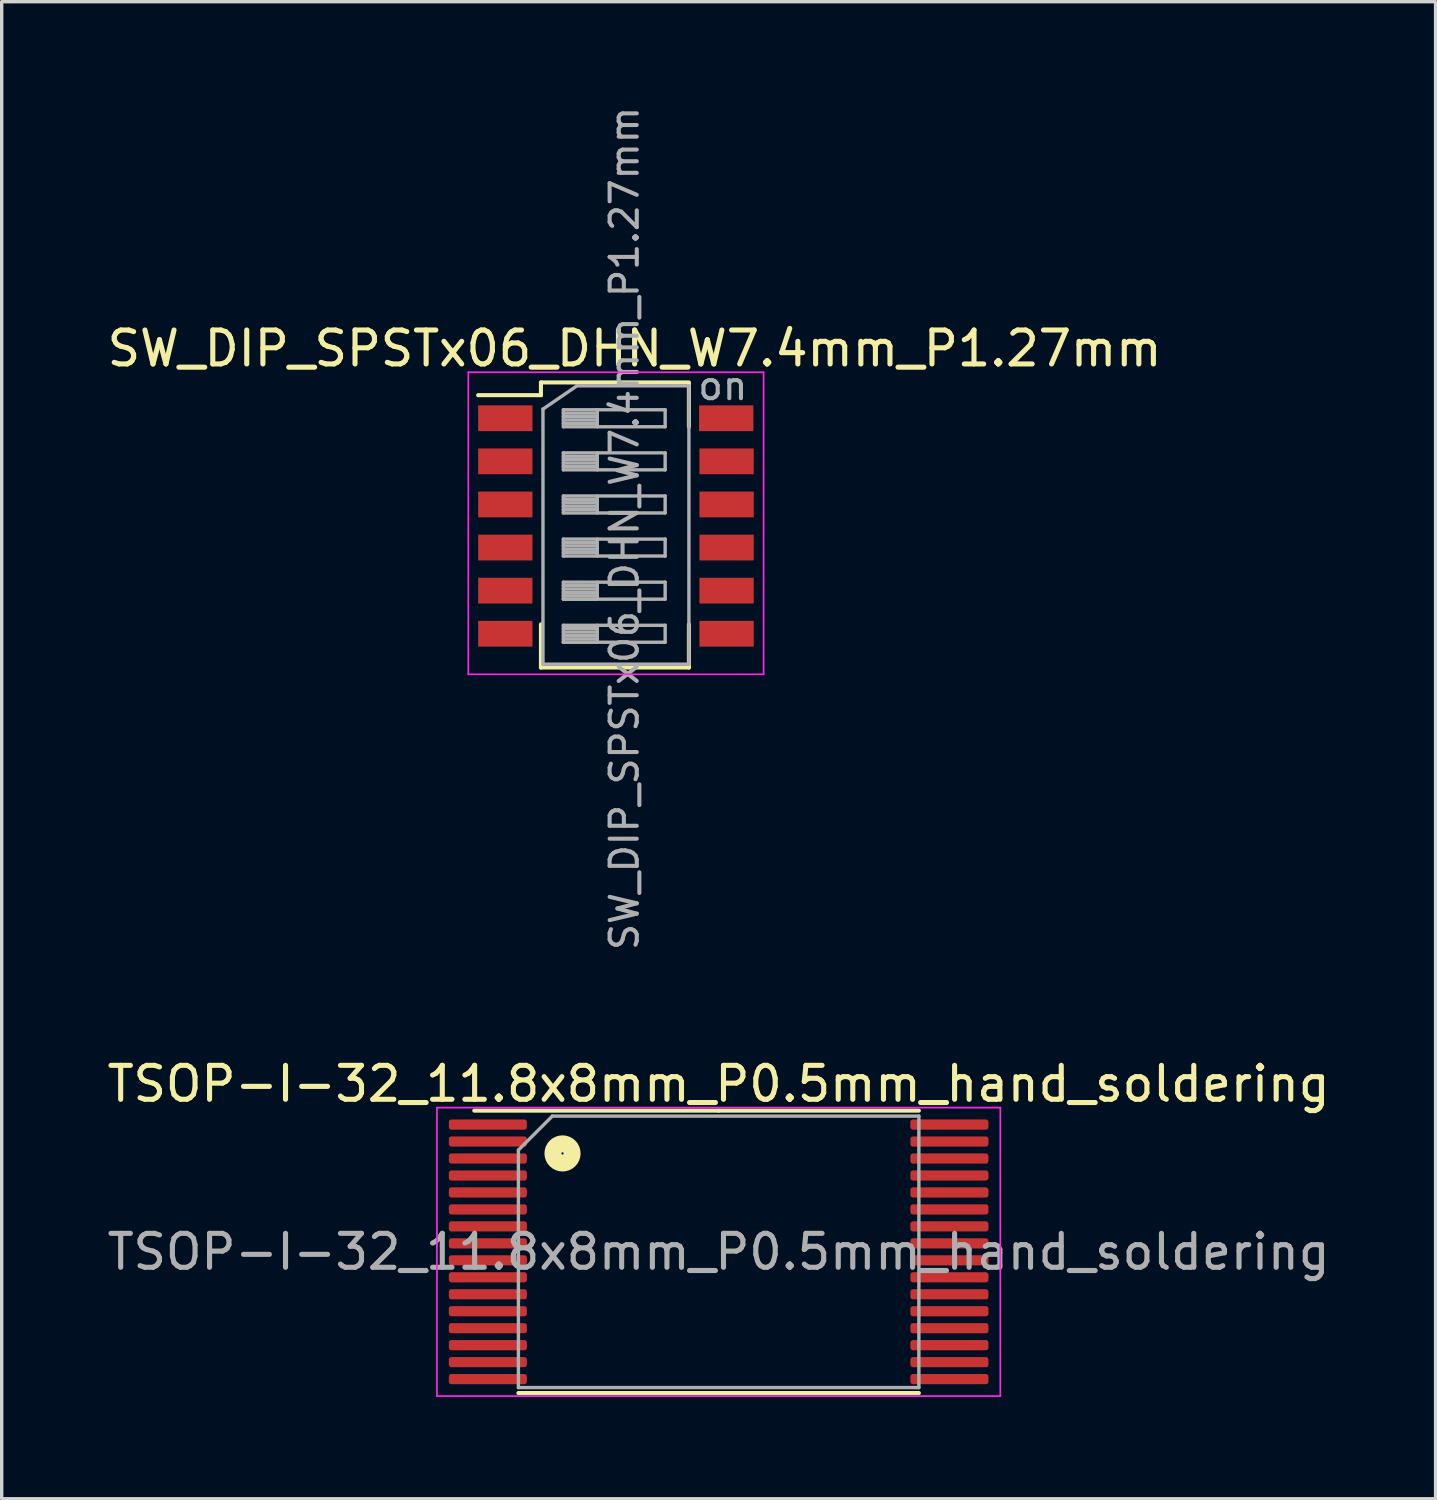
<source format=kicad_pcb>
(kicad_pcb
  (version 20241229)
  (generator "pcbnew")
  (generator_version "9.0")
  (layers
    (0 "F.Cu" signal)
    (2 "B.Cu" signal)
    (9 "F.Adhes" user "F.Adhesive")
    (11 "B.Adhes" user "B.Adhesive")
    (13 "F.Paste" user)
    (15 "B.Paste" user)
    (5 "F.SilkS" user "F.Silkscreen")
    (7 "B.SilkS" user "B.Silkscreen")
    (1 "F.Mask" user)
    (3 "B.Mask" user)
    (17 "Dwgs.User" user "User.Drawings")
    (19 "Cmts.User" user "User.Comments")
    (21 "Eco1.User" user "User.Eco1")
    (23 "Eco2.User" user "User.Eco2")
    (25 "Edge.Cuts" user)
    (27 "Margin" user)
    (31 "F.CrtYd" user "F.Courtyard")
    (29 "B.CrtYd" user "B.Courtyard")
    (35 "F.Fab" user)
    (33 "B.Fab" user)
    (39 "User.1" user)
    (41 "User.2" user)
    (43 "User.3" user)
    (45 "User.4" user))
  (footprint "SW_DIP_SPSTx06_DHN_W7.4mm_P1.27mm"
    (layer "F.Cu")
    (at 15.649 13.719)
    (property "Reference" "SW_DIP_SPSTx06_DHN_W7.4mm_P1.27mm" (at 0 -6.5 0) (layer "F.SilkS") (effects (font (size 1 1) (thickness 0.15))))
    (attr smd)
    (fp_line (start -4.61 -5.125) (end -2.76 -5.125) (stroke (width 0.12) (type solid)) (layer "F.SilkS"))
    (fp_line (start -2.76 -5.5) (end -2.76 -5.125) (stroke (width 0.12) (type solid)) (layer "F.SilkS"))
    (fp_line (start -2.76 -5.5) (end 1.6 -5.5) (stroke (width 0.12) (type solid)) (layer "F.SilkS"))
    (fp_line (start -2.76 1.63) (end -2.76 2.9) (stroke (width 0.12) (type solid)) (layer "F.SilkS"))
    (fp_line (start -2.76 2.9) (end 1.6 2.9) (stroke (width 0.12) (type solid)) (layer "F.SilkS"))
    (fp_line (start 1.6 -5.469) (end 1.6 -4.2) (stroke (width 0.12) (type solid)) (layer "F.SilkS"))
    (fp_line (start 1.6 1.63) (end 1.6 2.9) (stroke (width 0.12) (type solid)) (layer "F.SilkS"))
    (fp_line (start -4.9 -5.8) (end -4.9 3.1) (stroke (width 0.05) (type solid)) (layer "F.CrtYd"))
    (fp_line (start -4.9 3.1) (end 3.8 3.1) (stroke (width 0.05) (type solid)) (layer "F.CrtYd"))
    (fp_line (start 3.8 -5.8) (end -4.9 -5.8) (stroke (width 0.05) (type solid)) (layer "F.CrtYd"))
    (fp_line (start 3.8 3.1) (end 3.8 -5.8) (stroke (width 0.05) (type solid)) (layer "F.CrtYd"))
    (fp_line (start -2.7 -4.715) (end -1.7 -5.4) (stroke (width 0.1) (type solid)) (layer "F.Fab"))
    (fp_line (start -2.7 2.8) (end -2.7 -4.715) (stroke (width 0.1) (type solid)) (layer "F.Fab"))
    (fp_line (start -2.1 -4.695) (end -2.1 -4.195) (stroke (width 0.1) (type solid)) (layer "F.Fab"))
    (fp_line (start -2.1 -4.595) (end -1.1 -4.595) (stroke (width 0.1) (type solid)) (layer "F.Fab"))
    (fp_line (start -2.1 -4.495) (end -1.1 -4.495) (stroke (width 0.1) (type solid)) (layer "F.Fab"))
    (fp_line (start -2.1 -4.395) (end -1.1 -4.395) (stroke (width 0.1) (type solid)) (layer "F.Fab"))
    (fp_line (start -2.1 -4.295) (end -1.1 -4.295) (stroke (width 0.1) (type solid)) (layer "F.Fab"))
    (fp_line (start -2.1 -4.195) (end 0.9 -4.195) (stroke (width 0.1) (type solid)) (layer "F.Fab"))
    (fp_line (start -2.1 -3.425) (end -2.1 -2.925) (stroke (width 0.1) (type solid)) (layer "F.Fab"))
    (fp_line (start -2.1 -3.325) (end -1.1 -3.325) (stroke (width 0.1) (type solid)) (layer "F.Fab"))
    (fp_line (start -2.1 -3.225) (end -1.1 -3.225) (stroke (width 0.1) (type solid)) (layer "F.Fab"))
    (fp_line (start -2.1 -3.125) (end -1.1 -3.125) (stroke (width 0.1) (type solid)) (layer "F.Fab"))
    (fp_line (start -2.1 -3.025) (end -1.1 -3.025) (stroke (width 0.1) (type solid)) (layer "F.Fab"))
    (fp_line (start -2.1 -2.925) (end 0.9 -2.925) (stroke (width 0.1) (type solid)) (layer "F.Fab"))
    (fp_line (start -2.1 -2.155) (end -2.1 -1.655) (stroke (width 0.1) (type solid)) (layer "F.Fab"))
    (fp_line (start -2.1 -2.055) (end -1.1 -2.055) (stroke (width 0.1) (type solid)) (layer "F.Fab"))
    (fp_line (start -2.1 -1.955) (end -1.1 -1.955) (stroke (width 0.1) (type solid)) (layer "F.Fab"))
    (fp_line (start -2.1 -1.855) (end -1.1 -1.855) (stroke (width 0.1) (type solid)) (layer "F.Fab"))
    (fp_line (start -2.1 -1.755) (end -1.1 -1.755) (stroke (width 0.1) (type solid)) (layer "F.Fab"))
    (fp_line (start -2.1 -1.655) (end 0.9 -1.655) (stroke (width 0.1) (type solid)) (layer "F.Fab"))
    (fp_line (start -2.1 -0.885) (end -2.1 -0.385) (stroke (width 0.1) (type solid)) (layer "F.Fab"))
    (fp_line (start -2.1 -0.785) (end -1.1 -0.785) (stroke (width 0.1) (type solid)) (layer "F.Fab"))
    (fp_line (start -2.1 -0.685) (end -1.1 -0.685) (stroke (width 0.1) (type solid)) (layer "F.Fab"))
    (fp_line (start -2.1 -0.585) (end -1.1 -0.585) (stroke (width 0.1) (type solid)) (layer "F.Fab"))
    (fp_line (start -2.1 -0.485) (end -1.1 -0.485) (stroke (width 0.1) (type solid)) (layer "F.Fab"))
    (fp_line (start -2.1 -0.385) (end 0.9 -0.385) (stroke (width 0.1) (type solid)) (layer "F.Fab"))
    (fp_line (start -2.1 0.385) (end -2.1 0.885) (stroke (width 0.1) (type solid)) (layer "F.Fab"))
    (fp_line (start -2.1 0.485) (end -1.1 0.485) (stroke (width 0.1) (type solid)) (layer "F.Fab"))
    (fp_line (start -2.1 0.585) (end -1.1 0.585) (stroke (width 0.1) (type solid)) (layer "F.Fab"))
    (fp_line (start -2.1 0.685) (end -1.1 0.685) (stroke (width 0.1) (type solid)) (layer "F.Fab"))
    (fp_line (start -2.1 0.785) (end -1.1 0.785) (stroke (width 0.1) (type solid)) (layer "F.Fab"))
    (fp_line (start -2.1 0.885) (end -1.1 0.885) (stroke (width 0.1) (type solid)) (layer "F.Fab"))
    (fp_line (start -2.1 0.885) (end 0.9 0.885) (stroke (width 0.1) (type solid)) (layer "F.Fab"))
    (fp_line (start -2.1 1.655) (end -2.1 2.155) (stroke (width 0.1) (type solid)) (layer "F.Fab"))
    (fp_line (start -2.1 1.755) (end -1.1 1.755) (stroke (width 0.1) (type solid)) (layer "F.Fab"))
    (fp_line (start -2.1 1.855) (end -1.1 1.855) (stroke (width 0.1) (type solid)) (layer "F.Fab"))
    (fp_line (start -2.1 1.955) (end -1.1 1.955) (stroke (width 0.1) (type solid)) (layer "F.Fab"))
    (fp_line (start -2.1 2.055) (end -1.1 2.055) (stroke (width 0.1) (type solid)) (layer "F.Fab"))
    (fp_line (start -2.1 2.155) (end -1.1 2.155) (stroke (width 0.1) (type solid)) (layer "F.Fab"))
    (fp_line (start -2.1 2.155) (end 0.9 2.155) (stroke (width 0.1) (type solid)) (layer "F.Fab"))
    (fp_line (start -1.7 -5.4) (end 1.6 -5.4) (stroke (width 0.1) (type solid)) (layer "F.Fab"))
    (fp_line (start -1.1 -4.695) (end -1.1 -4.195) (stroke (width 0.1) (type solid)) (layer "F.Fab"))
    (fp_line (start -1.1 -3.425) (end -1.1 -2.925) (stroke (width 0.1) (type solid)) (layer "F.Fab"))
    (fp_line (start -1.1 -2.155) (end -1.1 -1.655) (stroke (width 0.1) (type solid)) (layer "F.Fab"))
    (fp_line (start -1.1 -0.885) (end -1.1 -0.385) (stroke (width 0.1) (type solid)) (layer "F.Fab"))
    (fp_line (start -1.1 0.385) (end -1.1 0.885) (stroke (width 0.1) (type solid)) (layer "F.Fab"))
    (fp_line (start -1.1 1.655) (end -1.1 2.155) (stroke (width 0.1) (type solid)) (layer "F.Fab"))
    (fp_line (start 0.9 -4.695) (end -2.1 -4.695) (stroke (width 0.1) (type solid)) (layer "F.Fab"))
    (fp_line (start 0.9 -4.195) (end 0.9 -4.695) (stroke (width 0.1) (type solid)) (layer "F.Fab"))
    (fp_line (start 0.9 -3.425) (end -2.1 -3.425) (stroke (width 0.1) (type solid)) (layer "F.Fab"))
    (fp_line (start 0.9 -2.925) (end 0.9 -3.425) (stroke (width 0.1) (type solid)) (layer "F.Fab"))
    (fp_line (start 0.9 -2.155) (end -2.1 -2.155) (stroke (width 0.1) (type solid)) (layer "F.Fab"))
    (fp_line (start 0.9 -1.655) (end 0.9 -2.155) (stroke (width 0.1) (type solid)) (layer "F.Fab"))
    (fp_line (start 0.9 -0.885) (end -2.1 -0.885) (stroke (width 0.1) (type solid)) (layer "F.Fab"))
    (fp_line (start 0.9 -0.385) (end 0.9 -0.885) (stroke (width 0.1) (type solid)) (layer "F.Fab"))
    (fp_line (start 0.9 0.385) (end -2.1 0.385) (stroke (width 0.1) (type solid)) (layer "F.Fab"))
    (fp_line (start 0.9 0.885) (end 0.9 0.385) (stroke (width 0.1) (type solid)) (layer "F.Fab"))
    (fp_line (start 0.9 1.655) (end -2.1 1.655) (stroke (width 0.1) (type solid)) (layer "F.Fab"))
    (fp_line (start 0.9 2.155) (end 0.9 1.655) (stroke (width 0.1) (type solid)) (layer "F.Fab"))
    (fp_line (start 1.6 -5.4) (end 1.6 2.8) (stroke (width 0.1) (type solid)) (layer "F.Fab"))
    (fp_line (start 1.6 2.8) (end -2.7 2.8) (stroke (width 0.1) (type solid)) (layer "F.Fab"))
    (fp_text user "on" (at 2.6 -5.4 0) (layer "F.Fab") (effects (font (size 0.8 0.8) (thickness 0.12))))
    (fp_text user "${REFERENCE}" (at -0.3 -1.2 90) (layer "F.Fab") (effects (font (size 0.8 0.8) (thickness 0.12))))
    (pad "1" smd rect (at -3.81 -4.445) (size 1.6 0.76) (layers "F.Cu" "F.Mask" "F.Paste"))
    (pad "2" smd rect (at -3.81 -3.175) (size 1.6 0.76) (layers "F.Cu" "F.Mask" "F.Paste"))
    (pad "3" smd rect (at -3.81 -1.905) (size 1.6 0.76) (layers "F.Cu" "F.Mask" "F.Paste"))
    (pad "4" smd rect (at -3.81 -0.635) (size 1.6 0.76) (layers "F.Cu" "F.Mask" "F.Paste"))
    (pad "5" smd rect (at -3.81 0.635) (size 1.6 0.76) (layers "F.Cu" "F.Mask" "F.Paste"))
    (pad "6" smd rect (at -3.81 1.905) (size 1.6 0.76) (layers "F.Cu" "F.Mask" "F.Paste"))
    (pad "7" smd rect (at 2.71 1.905) (size 1.6 0.76) (layers "F.Cu" "F.Mask" "F.Paste"))
    (pad "8" smd rect (at 2.71 0.635) (size 1.6 0.76) (layers "F.Cu" "F.Mask" "F.Paste"))
    (pad "9" smd rect (at 2.71 -0.635) (size 1.6 0.76) (layers "F.Cu" "F.Mask" "F.Paste"))
    (pad "10" smd rect (at 2.71 -1.905) (size 1.6 0.76) (layers "F.Cu" "F.Mask" "F.Paste"))
    (pad "11" smd rect (at 2.71 -3.175) (size 1.6 0.76) (layers "F.Cu" "F.Mask" "F.Paste"))
    (pad "12" smd rect (at 2.7 -4.445) (size 1.6 0.76) (layers "F.Cu" "F.Mask" "F.Paste")))
  (footprint "TSOP-I-32_11.8x8mm_P0.5mm_hand_soldering"
    (layer "F.Cu")
    (at 18.125 33.836)
    (property "Reference" "TSOP-I-32_11.8x8mm_P0.5mm_hand_soldering" (at 0 -4.95 0) (layer "F.SilkS") (effects (font (size 1 1) (thickness 0.15))))
    (attr smd)
    (fp_line (start 0 -4.16) (end -7.2 -4.16) (stroke (width 0.12) (type solid)) (layer "F.SilkS"))
    (fp_line (start 0 -4.16) (end 5.9 -4.16) (stroke (width 0.12) (type solid)) (layer "F.SilkS"))
    (fp_line (start 0 4.16) (end -5.9 4.16) (stroke (width 0.12) (type solid)) (layer "F.SilkS"))
    (fp_line (start 0 4.16) (end 5.9 4.16) (stroke (width 0.12) (type solid)) (layer "F.SilkS"))
    (fp_circle (center -4.6 -2.9) (end -4.4 -2.7) (stroke (width 0.5) (type solid)) (fill no) (layer "F.SilkS"))
    (fp_line (start -8.3 -4.25) (end -8.3 4.25) (stroke (width 0.05) (type solid)) (layer "F.CrtYd"))
    (fp_line (start -8.3 4.25) (end 8.3 4.25) (stroke (width 0.05) (type solid)) (layer "F.CrtYd"))
    (fp_line (start 8.3 -4.25) (end -8.3 -4.25) (stroke (width 0.05) (type solid)) (layer "F.CrtYd"))
    (fp_line (start 8.3 4.25) (end 8.3 -4.25) (stroke (width 0.05) (type solid)) (layer "F.CrtYd"))
    (fp_line (start -5.9 -3) (end -4.9 -4) (stroke (width 0.1) (type solid)) (layer "F.Fab"))
    (fp_line (start -5.9 4) (end -5.9 -3) (stroke (width 0.1) (type solid)) (layer "F.Fab"))
    (fp_line (start -4.9 -4) (end 5.9 -4) (stroke (width 0.1) (type solid)) (layer "F.Fab"))
    (fp_line (start 5.9 -4) (end 5.9 4) (stroke (width 0.1) (type solid)) (layer "F.Fab"))
    (fp_line (start 5.9 4) (end -5.9 4) (stroke (width 0.1) (type solid)) (layer "F.Fab"))
    (fp_text user "${REFERENCE}" (at 0 0 0) (layer "F.Fab") (effects (font (size 1 1) (thickness 0.15))))
    (pad "1" smd roundrect (at -6.8 -3.75) (size 2.3 0.3) (layers "F.Cu" "F.Mask" "F.Paste") (roundrect_rratio 0.25))
    (pad "2" smd roundrect (at -6.8 -3.25) (size 2.3 0.3) (layers "F.Cu" "F.Mask" "F.Paste") (roundrect_rratio 0.25))
    (pad "3" smd roundrect (at -6.8 -2.75) (size 2.3 0.3) (layers "F.Cu" "F.Mask" "F.Paste") (roundrect_rratio 0.25))
    (pad "4" smd roundrect (at -6.8 -2.25) (size 2.3 0.3) (layers "F.Cu" "F.Mask" "F.Paste") (roundrect_rratio 0.25))
    (pad "5" smd roundrect (at -6.8 -1.75) (size 2.3 0.3) (layers "F.Cu" "F.Mask" "F.Paste") (roundrect_rratio 0.25))
    (pad "6" smd roundrect (at -6.8 -1.25) (size 2.3 0.3) (layers "F.Cu" "F.Mask" "F.Paste") (roundrect_rratio 0.25))
    (pad "7" smd roundrect (at -6.8 -0.75) (size 2.3 0.3) (layers "F.Cu" "F.Mask" "F.Paste") (roundrect_rratio 0.25))
    (pad "8" smd roundrect (at -6.8 -0.25) (size 2.3 0.3) (layers "F.Cu" "F.Mask" "F.Paste") (roundrect_rratio 0.25))
    (pad "9" smd roundrect (at -6.8 0.25) (size 2.3 0.3) (layers "F.Cu" "F.Mask" "F.Paste") (roundrect_rratio 0.25))
    (pad "10" smd roundrect (at -6.8 0.75) (size 2.3 0.3) (layers "F.Cu" "F.Mask" "F.Paste") (roundrect_rratio 0.25))
    (pad "11" smd roundrect (at -6.8 1.25) (size 2.3 0.3) (layers "F.Cu" "F.Mask" "F.Paste") (roundrect_rratio 0.25))
    (pad "12" smd roundrect (at -6.8 1.75) (size 2.3 0.3) (layers "F.Cu" "F.Mask" "F.Paste") (roundrect_rratio 0.25))
    (pad "13" smd roundrect (at -6.8 2.25) (size 2.3 0.3) (layers "F.Cu" "F.Mask" "F.Paste") (roundrect_rratio 0.25))
    (pad "14" smd roundrect (at -6.8 2.75) (size 2.3 0.3) (layers "F.Cu" "F.Mask" "F.Paste") (roundrect_rratio 0.25))
    (pad "15" smd roundrect (at -6.8 3.25) (size 2.3 0.3) (layers "F.Cu" "F.Mask" "F.Paste") (roundrect_rratio 0.25))
    (pad "16" smd roundrect (at -6.8 3.75) (size 2.3 0.3) (layers "F.Cu" "F.Mask" "F.Paste") (roundrect_rratio 0.25))
    (pad "17" smd roundrect (at 6.8 3.75) (size 2.3 0.3) (layers "F.Cu" "F.Mask" "F.Paste") (roundrect_rratio 0.25))
    (pad "18" smd roundrect (at 6.8 3.25) (size 2.3 0.3) (layers "F.Cu" "F.Mask" "F.Paste") (roundrect_rratio 0.25))
    (pad "19" smd roundrect (at 6.8 2.75) (size 2.3 0.3) (layers "F.Cu" "F.Mask" "F.Paste") (roundrect_rratio 0.25))
    (pad "20" smd roundrect (at 6.8 2.25) (size 2.3 0.3) (layers "F.Cu" "F.Mask" "F.Paste") (roundrect_rratio 0.25))
    (pad "21" smd roundrect (at 6.8 1.75) (size 2.3 0.3) (layers "F.Cu" "F.Mask" "F.Paste") (roundrect_rratio 0.25))
    (pad "22" smd roundrect (at 6.8 1.25) (size 2.3 0.3) (layers "F.Cu" "F.Mask" "F.Paste") (roundrect_rratio 0.25))
    (pad "23" smd roundrect (at 6.8 0.75) (size 2.3 0.3) (layers "F.Cu" "F.Mask" "F.Paste") (roundrect_rratio 0.25))
    (pad "24" smd roundrect (at 6.8 0.25) (size 2.3 0.3) (layers "F.Cu" "F.Mask" "F.Paste") (roundrect_rratio 0.25))
    (pad "25" smd roundrect (at 6.8 -0.25) (size 2.3 0.3) (layers "F.Cu" "F.Mask" "F.Paste") (roundrect_rratio 0.25))
    (pad "26" smd roundrect (at 6.8 -0.75) (size 2.3 0.3) (layers "F.Cu" "F.Mask" "F.Paste") (roundrect_rratio 0.25))
    (pad "27" smd roundrect (at 6.8 -1.25) (size 2.3 0.3) (layers "F.Cu" "F.Mask" "F.Paste") (roundrect_rratio 0.25))
    (pad "28" smd roundrect (at 6.8 -1.75) (size 2.3 0.3) (layers "F.Cu" "F.Mask" "F.Paste") (roundrect_rratio 0.25))
    (pad "29" smd roundrect (at 6.8 -2.25) (size 2.3 0.3) (layers "F.Cu" "F.Mask" "F.Paste") (roundrect_rratio 0.25))
    (pad "30" smd roundrect (at 6.8 -2.75) (size 2.3 0.3) (layers "F.Cu" "F.Mask" "F.Paste") (roundrect_rratio 0.25))
    (pad "31" smd roundrect (at 6.8 -3.25) (size 2.3 0.3) (layers "F.Cu" "F.Mask" "F.Paste") (roundrect_rratio 0.25))
    (pad "32" smd roundrect (at 6.8 -3.75) (size 2.3 0.3) (layers "F.Cu" "F.Mask" "F.Paste") (roundrect_rratio 0.25)))
  (gr_rect
    (start -3 -3)
    (end 39.25 41.111)
    (stroke (width 0.1) (type default))
    (fill no)
    (layer "Edge.Cuts")))
</source>
